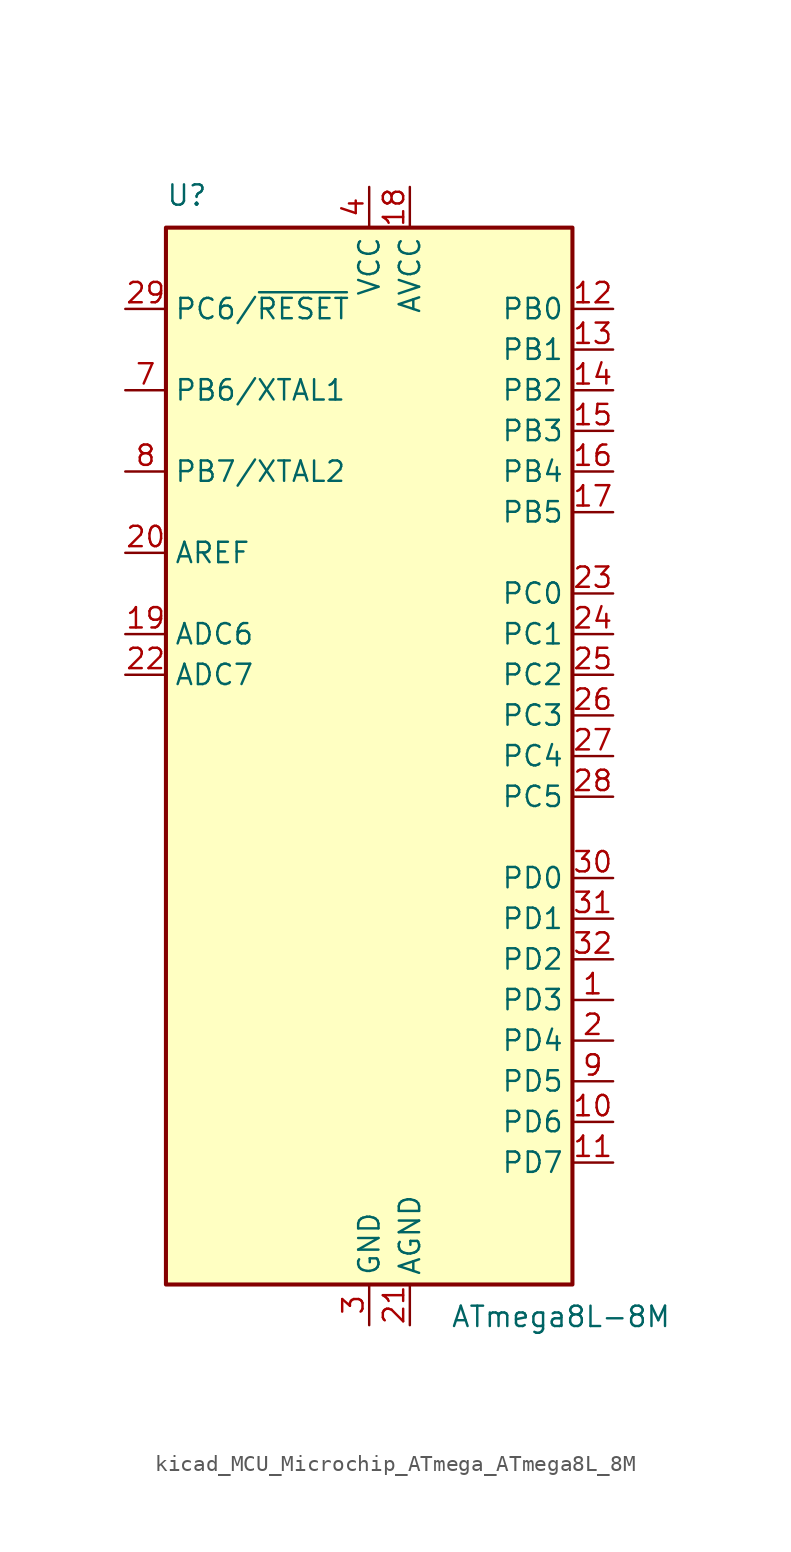
<source format=kicad_sym>
(kicad_symbol_lib
  (version 20220914)
  (generator kicad_symbol_editor)
  (symbol "kicad_MCU_Microchip_ATmega_ATmega8L_8M"
    (property "Reference" "U"
      (at -12.7 34.29 0)
      (effects (font (size 1.27 1.27)) (justify left bottom)))
    (property "Value" "ATmega8L-8M"
      (at 5.08 -34.29 0)
      (effects (font (size 1.27 1.27)) (justify left top)))
    (symbol "kicad_MCU_Microchip_ATmega_ATmega8L_8M_0_1"
      (rectangle (start -12.7 -33.02) (end 12.7 33.02) (stroke (width 0.254) (type default)) (fill (type background))))
    (symbol "kicad_MCU_Microchip_ATmega_ATmega8L_8M_1_1"
      (pin bidirectional line (at 15.24 -15.24 180) (length 2.54) (name "PD3" (effects (font (size 1.27 1.27)))) (number "1" (effects (font (size 1.27 1.27)))))
      (pin bidirectional line (at 15.24 -22.86 180) (length 2.54) (name "PD6" (effects (font (size 1.27 1.27)))) (number "10" (effects (font (size 1.27 1.27)))))
      (pin bidirectional line (at 15.24 -25.4 180) (length 2.54) (name "PD7" (effects (font (size 1.27 1.27)))) (number "11" (effects (font (size 1.27 1.27)))))
      (pin bidirectional line (at 15.24 27.94 180) (length 2.54) (name "PB0" (effects (font (size 1.27 1.27)))) (number "12" (effects (font (size 1.27 1.27)))))
      (pin bidirectional line (at 15.24 25.4 180) (length 2.54) (name "PB1" (effects (font (size 1.27 1.27)))) (number "13" (effects (font (size 1.27 1.27)))))
      (pin bidirectional line (at 15.24 22.86 180) (length 2.54) (name "PB2" (effects (font (size 1.27 1.27)))) (number "14" (effects (font (size 1.27 1.27)))))
      (pin bidirectional line (at 15.24 20.32 180) (length 2.54) (name "PB3" (effects (font (size 1.27 1.27)))) (number "15" (effects (font (size 1.27 1.27)))))
      (pin bidirectional line (at 15.24 17.78 180) (length 2.54) (name "PB4" (effects (font (size 1.27 1.27)))) (number "16" (effects (font (size 1.27 1.27)))))
      (pin bidirectional line (at 15.24 15.24 180) (length 2.54) (name "PB5" (effects (font (size 1.27 1.27)))) (number "17" (effects (font (size 1.27 1.27)))))
      (pin power_in line (at 2.54 35.56 270) (length 2.54) (name "AVCC" (effects (font (size 1.27 1.27)))) (number "18" (effects (font (size 1.27 1.27)))))
      (pin input line (at -15.24 7.62 0) (length 2.54) (name "ADC6" (effects (font (size 1.27 1.27)))) (number "19" (effects (font (size 1.27 1.27)))))
      (pin bidirectional line (at 15.24 -17.78 180) (length 2.54) (name "PD4" (effects (font (size 1.27 1.27)))) (number "2" (effects (font (size 1.27 1.27)))))
      (pin passive line (at -15.24 12.7 0) (length 2.54) (name "AREF" (effects (font (size 1.27 1.27)))) (number "20" (effects (font (size 1.27 1.27)))))
      (pin power_in line (at 2.54 -35.56 90) (length 2.54) (name "AGND" (effects (font (size 1.27 1.27)))) (number "21" (effects (font (size 1.27 1.27)))))
      (pin input line (at -15.24 5.08 0) (length 2.54) (name "ADC7" (effects (font (size 1.27 1.27)))) (number "22" (effects (font (size 1.27 1.27)))))
      (pin bidirectional line (at 15.24 10.16 180) (length 2.54) (name "PC0" (effects (font (size 1.27 1.27)))) (number "23" (effects (font (size 1.27 1.27)))))
      (pin bidirectional line (at 15.24 7.62 180) (length 2.54) (name "PC1" (effects (font (size 1.27 1.27)))) (number "24" (effects (font (size 1.27 1.27)))))
      (pin bidirectional line (at 15.24 5.08 180) (length 2.54) (name "PC2" (effects (font (size 1.27 1.27)))) (number "25" (effects (font (size 1.27 1.27)))))
      (pin bidirectional line (at 15.24 2.54 180) (length 2.54) (name "PC3" (effects (font (size 1.27 1.27)))) (number "26" (effects (font (size 1.27 1.27)))))
      (pin bidirectional line (at 15.24 0 180) (length 2.54) (name "PC4" (effects (font (size 1.27 1.27)))) (number "27" (effects (font (size 1.27 1.27)))))
      (pin bidirectional line (at 15.24 -2.54 180) (length 2.54) (name "PC5" (effects (font (size 1.27 1.27)))) (number "28" (effects (font (size 1.27 1.27)))))
      (pin bidirectional line (at -15.24 27.94 0) (length 2.54) (name "PC6/~{RESET}" (effects (font (size 1.27 1.27)))) (number "29" (effects (font (size 1.27 1.27)))))
      (pin power_in line (at 0 -35.56 90) (length 2.54) (name "GND" (effects (font (size 1.27 1.27)))) (number "3" (effects (font (size 1.27 1.27)))))
      (pin bidirectional line (at 15.24 -7.62 180) (length 2.54) (name "PD0" (effects (font (size 1.27 1.27)))) (number "30" (effects (font (size 1.27 1.27)))))
      (pin bidirectional line (at 15.24 -10.16 180) (length 2.54) (name "PD1" (effects (font (size 1.27 1.27)))) (number "31" (effects (font (size 1.27 1.27)))))
      (pin bidirectional line (at 15.24 -12.7 180) (length 2.54) (name "PD2" (effects (font (size 1.27 1.27)))) (number "32" (effects (font (size 1.27 1.27)))))
      (pin passive line (at 0 -35.56 90) (length 2.54) hide (name "GND" (effects (font (size 1.27 1.27)))) (number "33" (effects (font (size 1.27 1.27)))))
      (pin power_in line (at 0 35.56 270) (length 2.54) (name "VCC" (effects (font (size 1.27 1.27)))) (number "4" (effects (font (size 1.27 1.27)))))
      (pin passive line (at 0 -35.56 90) (length 2.54) hide (name "GND" (effects (font (size 1.27 1.27)))) (number "5" (effects (font (size 1.27 1.27)))))
      (pin passive line (at 0 35.56 270) (length 2.54) hide (name "VCC" (effects (font (size 1.27 1.27)))) (number "6" (effects (font (size 1.27 1.27)))))
      (pin bidirectional line (at -15.24 22.86 0) (length 2.54) (name "PB6/XTAL1" (effects (font (size 1.27 1.27)))) (number "7" (effects (font (size 1.27 1.27)))))
      (pin bidirectional line (at -15.24 17.78 0) (length 2.54) (name "PB7/XTAL2" (effects (font (size 1.27 1.27)))) (number "8" (effects (font (size 1.27 1.27)))))
      (pin bidirectional line (at 15.24 -20.32 180) (length 2.54) (name "PD5" (effects (font (size 1.27 1.27)))) (number "9" (effects (font (size 1.27 1.27))))))))
</source>
